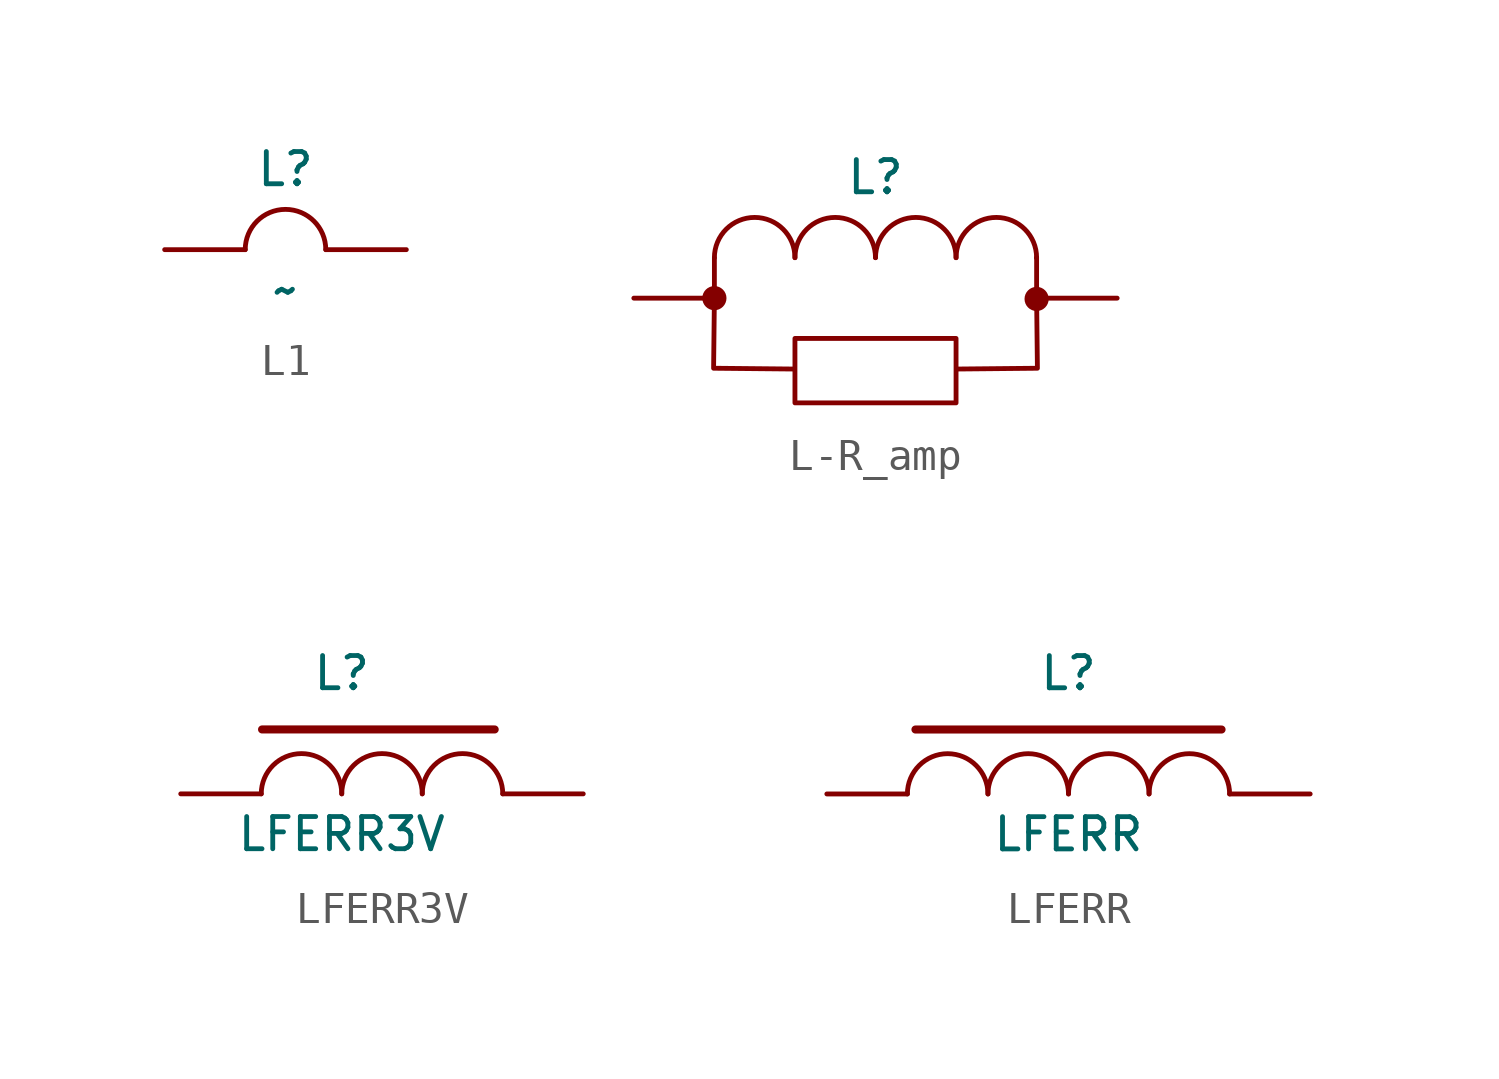
<source format=kicad_sym>
(kicad_symbol_lib
  (version 20231120)
  (generator "kicad_symbol_editor")
  (generator_version "8.0")
  (symbol "L1"
    (pin_numbers hide)
    (pin_names
      (offset 0) hide)
    (property "Reference" "L"
      (at 0 2.54 0)
      (effects (font (size 1.016 1.016))))
    (property "Value" "~"
      (at 0 -1.27 0)
      (effects (font (size 1.016 1.016))))
    (property "Footprint" ""
      (at 0 0 0)
      (effects (font (size 1.778 1.778))))
    (property "Datasheet" ""
      (at 0 0 0)
      (effects (font (size 1.778 1.778))))
    (symbol "L1_1_1"
      (arc (start 1.27 0) (mid 0 1.2645) (end -1.27 0) (stroke (width 0) (type default)) (fill (type none)))
      (pin passive line (at -3.81 0 0) (length 2.54) (name "~" (effects (font (size 1.016 1.016)))) (number "1" (effects (font (size 1.016 1.016)))))
      (pin passive line (at 3.81 0 180) (length 2.54) (name "~" (effects (font (size 1.016 1.016)))) (number "2" (effects (font (size 1.016 1.016)))))))
  (symbol "L-R_amp"
    (pin_numbers hide)
    (pin_names
      (offset 0) hide)
    (property "Reference" "L"
      (at 0 3.816 0)
      (effects (font (size 1.016 1.016))))
    (property "Footprint" ""
      (at 0 1.276 0)
      (effects (font (size 1.778 1.778))))
    (property "Datasheet" ""
      (at 0 1.276 0)
      (effects (font (size 1.778 1.778))))
    (symbol "L-R_amp_0_1"
      (rectangle (start -2.54 -1.27) (end 2.54 -3.302) (stroke (width 0) (type default)) (fill (type none)))
      (polyline (pts (xy 5.08 1.27) (xy 5.08 1.27)) (stroke (width 0) (type default)) (fill (type none)))
      (polyline (pts (xy -5.08 1.27) (xy -5.08 0) (xy -5.105 -2.21) (xy -2.565 -2.235)) (stroke (width 0) (type default)) (fill (type none)))
      (polyline (pts (xy 5.08 1.27) (xy 5.08 0) (xy 5.105 -2.21) (xy 2.565 -2.235)) (stroke (width 0) (type default)) (fill (type none))))
    (symbol "L-R_amp_1_1"
      (circle (center -5.08 0) (radius 0.305) (stroke (width 0) (type default)) (fill (type outline)))
      (arc (start -2.54 1.2755) (mid -3.81 2.54) (end -5.08 1.2755) (stroke (width 0) (type default)) (fill (type none)))
      (arc (start 0 1.2755) (mid -1.27 2.54) (end -2.54 1.2755) (stroke (width 0) (type default)) (fill (type none)))
      (arc (start 2.54 1.2755) (mid 1.27 2.54) (end 0 1.2755) (stroke (width 0) (type default)) (fill (type none)))
      (circle (center 5.08 -0.025) (radius 0.305) (stroke (width 0) (type default)) (fill (type outline)))
      (arc (start 5.08 1.2755) (mid 3.81 2.54) (end 2.54 1.2755) (stroke (width 0) (type default)) (fill (type none)))
      (pin passive line (at -7.62 0 0) (length 2.54) (name "~" (effects (font (size 1.016 1.016)))) (number "1" (effects (font (size 1.016 1.016)))))
      (pin passive line (at 7.62 0 180) (length 2.54) (name "~" (effects (font (size 1.016 1.016)))) (number "2" (effects (font (size 1.016 1.016)))))))
  (symbol "LFERR3V"
    (pin_numbers hide)
    (pin_names
      (offset 0) hide)
    (property "Reference" "L"
      (at -1.27 3.81 0)
      (effects (font (size 1.016 1.016))))
    (property "Value" "LFERR3V"
      (at -1.27 -1.27 0)
      (effects (font (size 1.016 1.016))))
    (property "Footprint" ""
      (at -1.27 0 0)
      (effects (font (size 1.778 1.778))))
    (property "Datasheet" ""
      (at -1.27 0 0)
      (effects (font (size 1.778 1.778))))
    (symbol "LFERR3V_1_1"
      (arc (start -1.27 0) (mid -2.54 1.2645) (end -3.81 0) (stroke (width 0) (type default)) (fill (type none)))
      (polyline (pts (xy 3.556 2.032) (xy -3.785 2.032)) (stroke (width 0.254) (type default)) (fill (type none)))
      (arc (start 1.27 0) (mid 0 1.2645) (end -1.27 0) (stroke (width 0) (type default)) (fill (type none)))
      (arc (start 3.81 0) (mid 2.54 1.2645) (end 1.27 0) (stroke (width 0) (type default)) (fill (type none)))
      (pin passive line (at -6.35 0 0) (length 2.54) (name "~" (effects (font (size 1.016 1.016)))) (number "1" (effects (font (size 1.016 1.016)))))
      (pin passive line (at 6.35 0 180) (length 2.54) (name "~" (effects (font (size 1.016 1.016)))) (number "2" (effects (font (size 1.016 1.016)))))))
  (symbol "LFERR"
    (pin_numbers hide)
    (pin_names
      (offset 0) hide)
    (property "Reference" "L"
      (at 0 3.81 0)
      (effects (font (size 1.016 1.016))))
    (property "Value" "LFERR"
      (at 0 -1.27 0)
      (effects (font (size 1.016 1.016))))
    (property "Footprint" ""
      (at 0 0 0)
      (effects (font (size 1.778 1.778))))
    (property "Datasheet" ""
      (at 0 0 0)
      (effects (font (size 1.778 1.778))))
    (symbol "LFERR_1_1"
      (arc (start -2.54 0) (mid -3.81 1.2645) (end -5.08 0) (stroke (width 0) (type default)) (fill (type none)))
      (arc (start 0 0) (mid -1.27 1.2645) (end -2.54 0) (stroke (width 0) (type default)) (fill (type none)))
      (polyline (pts (xy 4.826 2.032) (xy -4.826 2.032)) (stroke (width 0.254) (type default)) (fill (type none)))
      (arc (start 2.54 0) (mid 1.27 1.2645) (end 0 0) (stroke (width 0) (type default)) (fill (type none)))
      (arc (start 5.08 0) (mid 3.81 1.2645) (end 2.54 0) (stroke (width 0) (type default)) (fill (type none)))
      (pin passive line (at -7.62 0 0) (length 2.54) (name "~" (effects (font (size 1.016 1.016)))) (number "1" (effects (font (size 1.016 1.016)))))
      (pin passive line (at 7.62 0 180) (length 2.54) (name "~" (effects (font (size 1.016 1.016)))) (number "2" (effects (font (size 1.016 1.016))))))))
</source>
